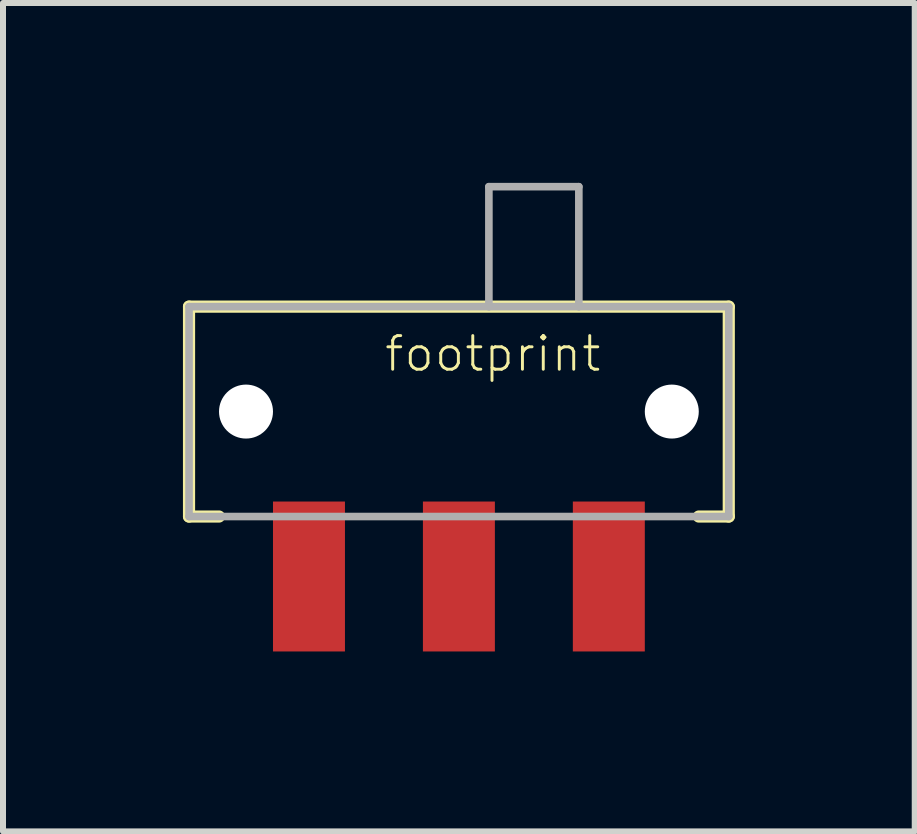
<source format=kicad_pcb>
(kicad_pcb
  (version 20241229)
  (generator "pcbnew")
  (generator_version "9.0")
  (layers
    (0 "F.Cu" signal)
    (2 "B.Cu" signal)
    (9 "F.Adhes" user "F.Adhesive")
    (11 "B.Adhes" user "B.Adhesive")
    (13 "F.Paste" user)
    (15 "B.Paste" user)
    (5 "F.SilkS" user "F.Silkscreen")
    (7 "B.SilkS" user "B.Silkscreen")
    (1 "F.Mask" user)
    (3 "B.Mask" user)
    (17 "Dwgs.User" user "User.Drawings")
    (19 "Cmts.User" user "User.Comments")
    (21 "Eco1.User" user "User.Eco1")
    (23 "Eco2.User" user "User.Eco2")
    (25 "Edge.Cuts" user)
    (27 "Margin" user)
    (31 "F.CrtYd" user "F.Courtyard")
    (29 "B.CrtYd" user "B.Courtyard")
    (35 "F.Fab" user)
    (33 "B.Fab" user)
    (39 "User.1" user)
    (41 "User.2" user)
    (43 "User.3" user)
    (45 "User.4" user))
  (footprint "footprint"
    (layer "F.Cu")
    (at 4.602 3.813)
    (property "Reference" "footprint" (at -1.27 -0.635 0) (layer "F.SilkS") (effects (font (size 0.561 0.561) (thickness 0.049)) (justify left bottom)))
    (fp_line (start -4.5 -1.75) (end 4.5 -1.75) (stroke (width 0.203) (type solid)) (layer "F.SilkS"))
    (fp_line (start -4.5 1.75) (end -4.5 -1.75) (stroke (width 0.203) (type solid)) (layer "F.SilkS"))
    (fp_line (start -4 1.75) (end -4.5 1.75) (stroke (width 0.203) (type solid)) (layer "F.SilkS"))
    (fp_line (start 4.5 -1.75) (end 4.5 1.75) (stroke (width 0.203) (type solid)) (layer "F.SilkS"))
    (fp_line (start 4.5 1.75) (end 4 1.75) (stroke (width 0.203) (type solid)) (layer "F.SilkS"))
    (fp_line (start -4.5 -1.75) (end -4.5 1.75) (stroke (width 0.127) (type solid)) (layer "F.Fab"))
    (fp_line (start -4.5 1.75) (end 4.5 1.75) (stroke (width 0.127) (type solid)) (layer "F.Fab"))
    (fp_line (start 0.5 -3.75) (end 2 -3.75) (stroke (width 0.127) (type solid)) (layer "F.Fab"))
    (fp_line (start 0.5 -1.75) (end -4.5 -1.75) (stroke (width 0.127) (type solid)) (layer "F.Fab"))
    (fp_line (start 0.5 -1.75) (end 0.5 -3.75) (stroke (width 0.127) (type solid)) (layer "F.Fab"))
    (fp_line (start 2 -3.75) (end 2 -1.75) (stroke (width 0.127) (type solid)) (layer "F.Fab"))
    (fp_line (start 2 -1.75) (end 0.5 -1.75) (stroke (width 0.127) (type solid)) (layer "F.Fab"))
    (fp_line (start 4.5 -1.75) (end 2 -1.75) (stroke (width 0.127) (type solid)) (layer "F.Fab"))
    (fp_line (start 4.5 1.75) (end 4.5 -1.75) (stroke (width 0.127) (type solid)) (layer "F.Fab"))
    (pad "" np_thru_hole circle (at -3.55 0) (size 0.9 0.9) (drill 0.9) (layers "*.Cu" "*.Mask"))
    (pad "" np_thru_hole circle (at 3.55 0) (size 0.9 0.9) (drill 0.9) (layers "*.Cu" "*.Mask"))
    (pad "1" smd rect (at -2.5 2.75 180) (size 1.2 2.5) (layers "F.Cu" "F.Mask" "F.Paste"))
    (pad "2" smd rect (at 0 2.75 180) (size 1.2 2.5) (layers "F.Cu" "F.Mask" "F.Paste"))
    (pad "3" smd rect (at 2.5 2.75 180) (size 1.2 2.5) (layers "F.Cu" "F.Mask" "F.Paste")))
  (gr_rect
    (start -3 -3)
    (end 12.203 10.813)
    (stroke (width 0.1) (type default))
    (fill no)
    (layer "Edge.Cuts")))
</source>
